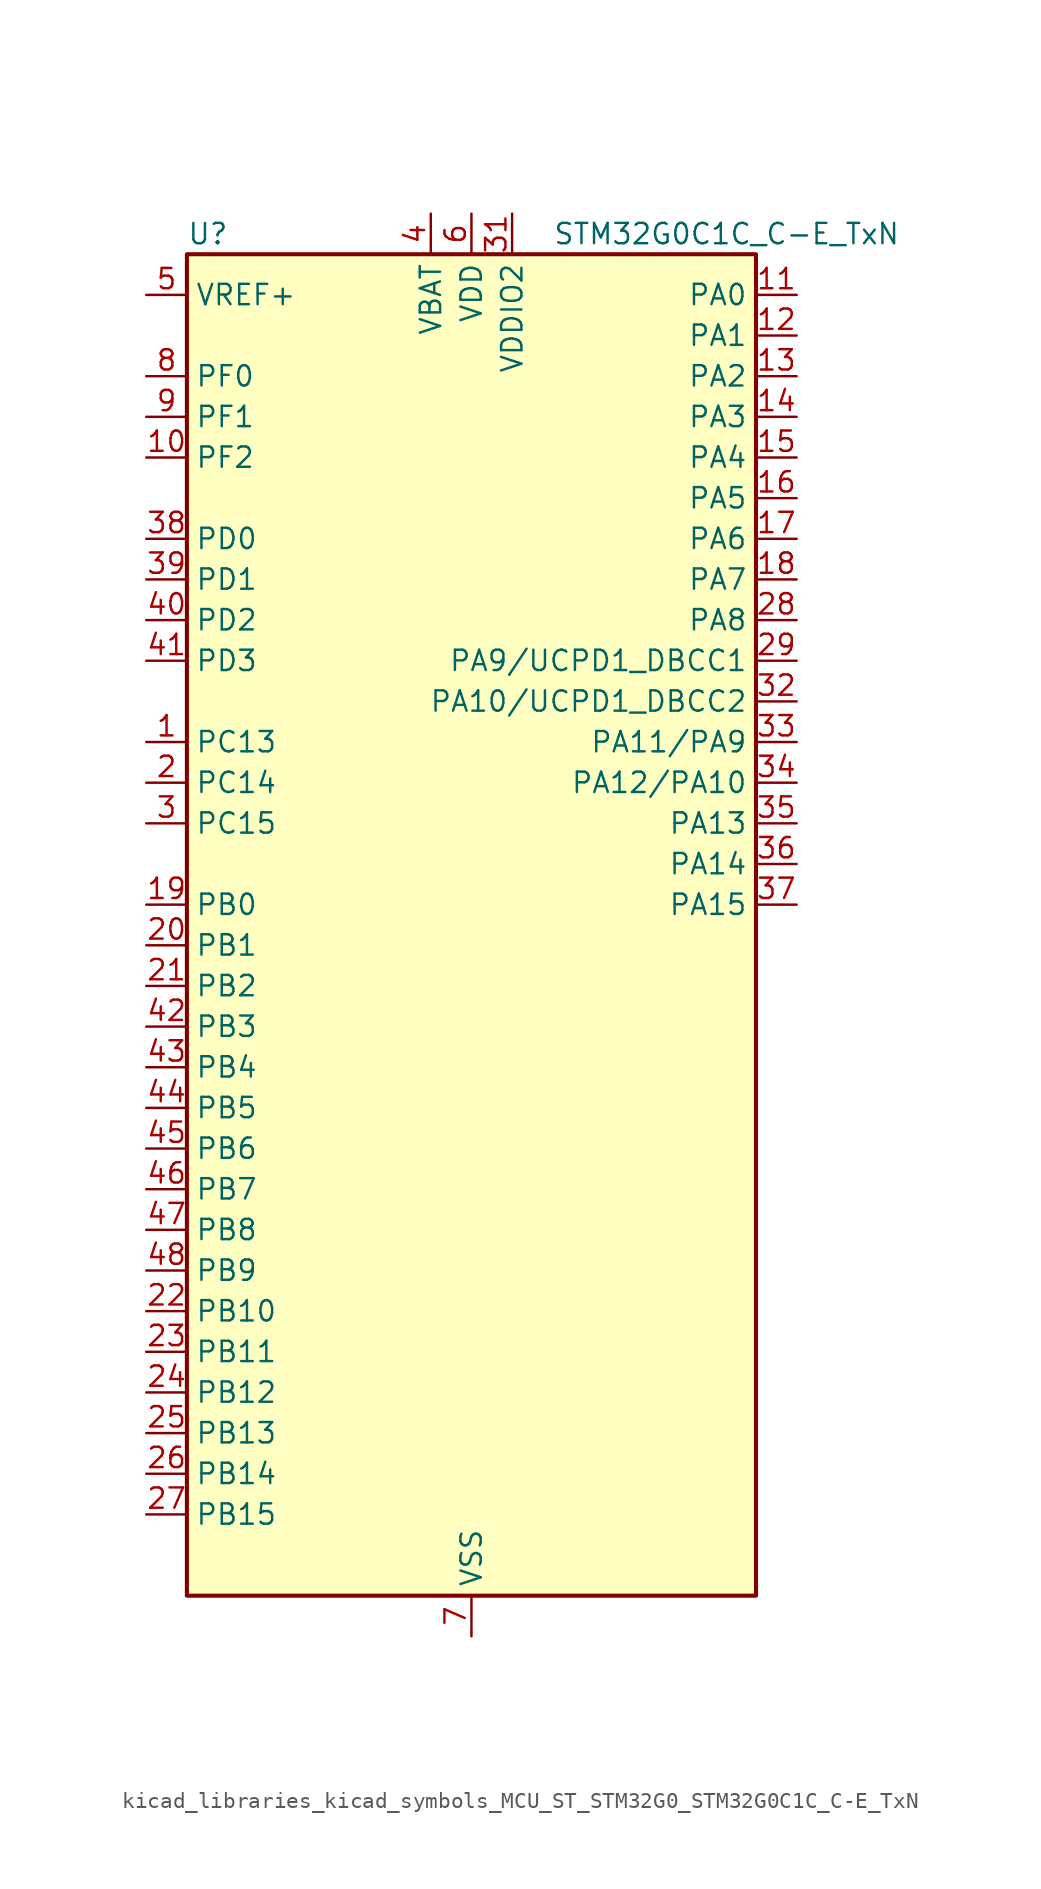
<source format=kicad_sym>
(kicad_symbol_lib
  (version 20220914)
  (generator kicad_symbol_editor)
  (symbol "kicad_libraries_kicad_symbols_MCU_ST_STM32G0_STM32G0C1C_C-E_TxN"
    (property "Reference" "U"
      (at -17.78 44.45 0)
      (effects (font (size 1.27 1.27)) (justify left)))
    (property "Value" "STM32G0C1C_C-E_TxN"
      (at 5.08 44.45 0)
      (effects (font (size 1.27 1.27)) (justify left)))
    (property "ki_locked" ""
      (at 0 0 0)
      (effects (font (size 1.27 1.27))))
    (symbol "kicad_libraries_kicad_symbols_MCU_ST_STM32G0_STM32G0C1C_C-E_TxN_0_1"
      (rectangle (start -17.78 -40.64) (end 17.78 43.18) (stroke (width 0.254) (type default)) (fill (type background))))
    (symbol "kicad_libraries_kicad_symbols_MCU_ST_STM32G0_STM32G0C1C_C-E_TxN_1_1"
      (pin bidirectional line (at -20.32 12.7 0) (length 2.54) (name "PC13" (effects (font (size 1.27 1.27)))) (number "1" (effects (font (size 1.27 1.27)))) (alternate "RTC_OUT1" bidirectional line) (alternate "RTC_TAMP_IN1" bidirectional line) (alternate "RTC_TS" bidirectional line) (alternate "SYS_WKUP2" bidirectional line) (alternate "TIM1_BK" bidirectional line))
      (pin bidirectional line (at -20.32 30.48 0) (length 2.54) (name "PF2" (effects (font (size 1.27 1.27)))) (number "10" (effects (font (size 1.27 1.27)))) (alternate "LPUART2_DE" bidirectional line) (alternate "LPUART2_RTS" bidirectional line) (alternate "LPUART2_TX" bidirectional line) (alternate "RCC_MCO" bidirectional line))
      (pin bidirectional line (at 20.32 40.64 180) (length 2.54) (name "PA0" (effects (font (size 1.27 1.27)))) (number "11" (effects (font (size 1.27 1.27)))) (alternate "ADC1_IN0" bidirectional line) (alternate "COMP1_INM" bidirectional line) (alternate "COMP1_OUT" bidirectional line) (alternate "I2S2_CK" bidirectional line) (alternate "LPTIM1_OUT" bidirectional line) (alternate "RTC_TAMP_IN2" bidirectional line) (alternate "SPI2_SCK" bidirectional line) (alternate "SYS_WKUP1" bidirectional line) (alternate "TIM2_CH1" bidirectional line) (alternate "TIM2_ETR" bidirectional line) (alternate "UCPD2_FRSTX1" bidirectional line) (alternate "UCPD2_FRSTX2" bidirectional line) (alternate "USART2_CTS" bidirectional line) (alternate "USART2_NSS" bidirectional line) (alternate "USART4_TX" bidirectional line))
      (pin bidirectional line (at 20.32 38.1 180) (length 2.54) (name "PA1" (effects (font (size 1.27 1.27)))) (number "12" (effects (font (size 1.27 1.27)))) (alternate "ADC1_IN1" bidirectional line) (alternate "COMP1_INP" bidirectional line) (alternate "I2C1_SMBA" bidirectional line) (alternate "I2S1_CK" bidirectional line) (alternate "SPI1_SCK" bidirectional line) (alternate "TIM15_CH1N" bidirectional line) (alternate "TIM2_CH2" bidirectional line) (alternate "USART2_CK" bidirectional line) (alternate "USART2_DE" bidirectional line) (alternate "USART2_RTS" bidirectional line) (alternate "USART4_RX" bidirectional line))
      (pin bidirectional line (at 20.32 35.56 180) (length 2.54) (name "PA2" (effects (font (size 1.27 1.27)))) (number "13" (effects (font (size 1.27 1.27)))) (alternate "ADC1_IN2" bidirectional line) (alternate "COMP2_INM" bidirectional line) (alternate "COMP2_OUT" bidirectional line) (alternate "I2S1_SD" bidirectional line) (alternate "LPUART1_TX" bidirectional line) (alternate "RCC_LSCO" bidirectional line) (alternate "SPI1_MOSI" bidirectional line) (alternate "SYS_WKUP4" bidirectional line) (alternate "TIM15_CH1" bidirectional line) (alternate "TIM2_CH3" bidirectional line) (alternate "UCPD1_FRSTX1" bidirectional line) (alternate "UCPD1_FRSTX2" bidirectional line) (alternate "USART2_TX" bidirectional line))
      (pin bidirectional line (at 20.32 33.02 180) (length 2.54) (name "PA3" (effects (font (size 1.27 1.27)))) (number "14" (effects (font (size 1.27 1.27)))) (alternate "ADC1_IN3" bidirectional line) (alternate "COMP2_INP" bidirectional line) (alternate "I2S2_MCK" bidirectional line) (alternate "LPUART1_RX" bidirectional line) (alternate "SPI2_MISO" bidirectional line) (alternate "TIM15_CH2" bidirectional line) (alternate "TIM2_CH4" bidirectional line) (alternate "UCPD2_FRSTX1" bidirectional line) (alternate "UCPD2_FRSTX2" bidirectional line) (alternate "USART2_RX" bidirectional line))
      (pin bidirectional line (at 20.32 30.48 180) (length 2.54) (name "PA4" (effects (font (size 1.27 1.27)))) (number "15" (effects (font (size 1.27 1.27)))) (alternate "ADC1_IN4" bidirectional line) (alternate "DAC1_OUT1" bidirectional line) (alternate "I2S1_WS" bidirectional line) (alternate "I2S2_SD" bidirectional line) (alternate "LPTIM2_OUT" bidirectional line) (alternate "RTC_OUT2" bidirectional line) (alternate "SPI1_NSS" bidirectional line) (alternate "SPI2_MOSI" bidirectional line) (alternate "SPI3_NSS" bidirectional line) (alternate "TIM14_CH1" bidirectional line) (alternate "UCPD2_FRSTX1" bidirectional line) (alternate "UCPD2_FRSTX2" bidirectional line) (alternate "USART6_TX" bidirectional line) (alternate "USB_NOE" bidirectional line))
      (pin bidirectional line (at 20.32 27.94 180) (length 2.54) (name "PA5" (effects (font (size 1.27 1.27)))) (number "16" (effects (font (size 1.27 1.27)))) (alternate "ADC1_IN5" bidirectional line) (alternate "CEC" bidirectional line) (alternate "DAC1_OUT2" bidirectional line) (alternate "I2S1_CK" bidirectional line) (alternate "LPTIM2_ETR" bidirectional line) (alternate "SPI1_SCK" bidirectional line) (alternate "TIM2_CH1" bidirectional line) (alternate "TIM2_ETR" bidirectional line) (alternate "UCPD1_FRSTX1" bidirectional line) (alternate "UCPD1_FRSTX2" bidirectional line) (alternate "USART3_TX" bidirectional line) (alternate "USART6_RX" bidirectional line))
      (pin bidirectional line (at 20.32 25.4 180) (length 2.54) (name "PA6" (effects (font (size 1.27 1.27)))) (number "17" (effects (font (size 1.27 1.27)))) (alternate "ADC1_IN6" bidirectional line) (alternate "COMP1_OUT" bidirectional line) (alternate "I2C2_SDA" bidirectional line) (alternate "I2C3_SDA" bidirectional line) (alternate "I2S1_MCK" bidirectional line) (alternate "LPUART1_CTS" bidirectional line) (alternate "SPI1_MISO" bidirectional line) (alternate "TIM16_CH1" bidirectional line) (alternate "TIM1_BK" bidirectional line) (alternate "TIM3_CH1" bidirectional line) (alternate "USART3_CTS" bidirectional line) (alternate "USART3_NSS" bidirectional line) (alternate "USART6_CTS" bidirectional line) (alternate "USART6_NSS" bidirectional line))
      (pin bidirectional line (at 20.32 22.86 180) (length 2.54) (name "PA7" (effects (font (size 1.27 1.27)))) (number "18" (effects (font (size 1.27 1.27)))) (alternate "ADC1_IN7" bidirectional line) (alternate "COMP2_OUT" bidirectional line) (alternate "I2C2_SCL" bidirectional line) (alternate "I2C3_SCL" bidirectional line) (alternate "I2S1_SD" bidirectional line) (alternate "SPI1_MOSI" bidirectional line) (alternate "TIM14_CH1" bidirectional line) (alternate "TIM17_CH1" bidirectional line) (alternate "TIM1_CH1N" bidirectional line) (alternate "TIM3_CH2" bidirectional line) (alternate "UCPD1_FRSTX1" bidirectional line) (alternate "UCPD1_FRSTX2" bidirectional line) (alternate "USART6_CK" bidirectional line) (alternate "USART6_DE" bidirectional line) (alternate "USART6_RTS" bidirectional line))
      (pin bidirectional line (at -20.32 2.54 0) (length 2.54) (name "PB0" (effects (font (size 1.27 1.27)))) (number "19" (effects (font (size 1.27 1.27)))) (alternate "ADC1_IN8" bidirectional line) (alternate "COMP1_OUT" bidirectional line) (alternate "COMP3_INP" bidirectional line) (alternate "FDCAN2_RX" bidirectional line) (alternate "I2S1_WS" bidirectional line) (alternate "LPTIM1_OUT" bidirectional line) (alternate "LPUART2_CTS" bidirectional line) (alternate "SPI1_NSS" bidirectional line) (alternate "TIM1_CH2N" bidirectional line) (alternate "TIM3_CH3" bidirectional line) (alternate "UCPD1_FRSTX1" bidirectional line) (alternate "UCPD1_FRSTX2" bidirectional line) (alternate "USART3_RX" bidirectional line) (alternate "USART5_TX" bidirectional line))
      (pin bidirectional line (at -20.32 10.16 0) (length 2.54) (name "PC14" (effects (font (size 1.27 1.27)))) (number "2" (effects (font (size 1.27 1.27)))) (alternate "RCC_OSC32_IN" bidirectional line) (alternate "TIM1_BK2" bidirectional line))
      (pin bidirectional line (at -20.32 0 0) (length 2.54) (name "PB1" (effects (font (size 1.27 1.27)))) (number "20" (effects (font (size 1.27 1.27)))) (alternate "ADC1_IN9" bidirectional line) (alternate "COMP1_INM" bidirectional line) (alternate "COMP3_OUT" bidirectional line) (alternate "FDCAN2_TX" bidirectional line) (alternate "LPTIM2_IN1" bidirectional line) (alternate "LPUART1_DE" bidirectional line) (alternate "LPUART1_RTS" bidirectional line) (alternate "LPUART2_DE" bidirectional line) (alternate "LPUART2_RTS" bidirectional line) (alternate "TIM14_CH1" bidirectional line) (alternate "TIM1_CH3N" bidirectional line) (alternate "TIM3_CH4" bidirectional line) (alternate "USART3_CK" bidirectional line) (alternate "USART3_DE" bidirectional line) (alternate "USART3_RTS" bidirectional line) (alternate "USART5_RX" bidirectional line))
      (pin bidirectional line (at -20.32 -2.54 0) (length 2.54) (name "PB2" (effects (font (size 1.27 1.27)))) (number "21" (effects (font (size 1.27 1.27)))) (alternate "ADC1_IN10" bidirectional line) (alternate "COMP1_INP" bidirectional line) (alternate "COMP3_INM" bidirectional line) (alternate "I2S2_MCK" bidirectional line) (alternate "LPTIM1_OUT" bidirectional line) (alternate "RCC_MCO_2" bidirectional line) (alternate "SPI2_MISO" bidirectional line) (alternate "USART3_TX" bidirectional line))
      (pin bidirectional line (at -20.32 -22.86 0) (length 2.54) (name "PB10" (effects (font (size 1.27 1.27)))) (number "22" (effects (font (size 1.27 1.27)))) (alternate "ADC1_IN11" bidirectional line) (alternate "CEC" bidirectional line) (alternate "COMP1_OUT" bidirectional line) (alternate "I2C2_SCL" bidirectional line) (alternate "I2S2_CK" bidirectional line) (alternate "LPUART1_RX" bidirectional line) (alternate "SPI2_SCK" bidirectional line) (alternate "TIM2_CH3" bidirectional line) (alternate "USART3_TX" bidirectional line))
      (pin bidirectional line (at -20.32 -25.4 0) (length 2.54) (name "PB11" (effects (font (size 1.27 1.27)))) (number "23" (effects (font (size 1.27 1.27)))) (alternate "ADC1_EXTI11" bidirectional line) (alternate "ADC1_IN15" bidirectional line) (alternate "COMP2_OUT" bidirectional line) (alternate "I2C2_SDA" bidirectional line) (alternate "I2S2_SD" bidirectional line) (alternate "LPUART1_TX" bidirectional line) (alternate "SPI2_MOSI" bidirectional line) (alternate "TIM2_CH4" bidirectional line) (alternate "USART3_RX" bidirectional line))
      (pin bidirectional line (at -20.32 -27.94 0) (length 2.54) (name "PB12" (effects (font (size 1.27 1.27)))) (number "24" (effects (font (size 1.27 1.27)))) (alternate "ADC1_IN16" bidirectional line) (alternate "FDCAN2_RX" bidirectional line) (alternate "I2C2_SMBA" bidirectional line) (alternate "I2S2_WS" bidirectional line) (alternate "LPUART1_DE" bidirectional line) (alternate "LPUART1_RTS" bidirectional line) (alternate "SPI2_NSS" bidirectional line) (alternate "TIM15_BK" bidirectional line) (alternate "TIM1_BK" bidirectional line) (alternate "UCPD2_FRSTX1" bidirectional line) (alternate "UCPD2_FRSTX2" bidirectional line))
      (pin bidirectional line (at -20.32 -30.48 0) (length 2.54) (name "PB13" (effects (font (size 1.27 1.27)))) (number "25" (effects (font (size 1.27 1.27)))) (alternate "FDCAN2_TX" bidirectional line) (alternate "I2C2_SCL" bidirectional line) (alternate "I2S2_CK" bidirectional line) (alternate "LPUART1_CTS" bidirectional line) (alternate "SPI2_SCK" bidirectional line) (alternate "TIM15_CH1N" bidirectional line) (alternate "TIM1_CH1N" bidirectional line) (alternate "USART3_CTS" bidirectional line) (alternate "USART3_NSS" bidirectional line))
      (pin bidirectional line (at -20.32 -33.02 0) (length 2.54) (name "PB14" (effects (font (size 1.27 1.27)))) (number "26" (effects (font (size 1.27 1.27)))) (alternate "I2C2_SDA" bidirectional line) (alternate "I2S2_MCK" bidirectional line) (alternate "SPI2_MISO" bidirectional line) (alternate "TIM15_CH1" bidirectional line) (alternate "TIM1_CH2N" bidirectional line) (alternate "UCPD1_FRSTX1" bidirectional line) (alternate "UCPD1_FRSTX2" bidirectional line) (alternate "USART3_CK" bidirectional line) (alternate "USART3_DE" bidirectional line) (alternate "USART3_RTS" bidirectional line) (alternate "USART6_CK" bidirectional line) (alternate "USART6_DE" bidirectional line) (alternate "USART6_RTS" bidirectional line))
      (pin bidirectional line (at -20.32 -35.56 0) (length 2.54) (name "PB15" (effects (font (size 1.27 1.27)))) (number "27" (effects (font (size 1.27 1.27)))) (alternate "I2S2_SD" bidirectional line) (alternate "RTC_REFIN" bidirectional line) (alternate "SPI2_MOSI" bidirectional line) (alternate "TIM15_CH1N" bidirectional line) (alternate "TIM15_CH2" bidirectional line) (alternate "TIM1_CH3N" bidirectional line) (alternate "UCPD1_CC2" bidirectional line) (alternate "USART6_CTS" bidirectional line) (alternate "USART6_NSS" bidirectional line))
      (pin bidirectional line (at 20.32 20.32 180) (length 2.54) (name "PA8" (effects (font (size 1.27 1.27)))) (number "28" (effects (font (size 1.27 1.27)))) (alternate "CRS1_SYNC" bidirectional line) (alternate "I2C2_SMBA" bidirectional line) (alternate "I2S2_WS" bidirectional line) (alternate "LPTIM2_OUT" bidirectional line) (alternate "RCC_MCO" bidirectional line) (alternate "SPI2_NSS" bidirectional line) (alternate "TIM1_CH1" bidirectional line) (alternate "UCPD1_CC1" bidirectional line))
      (pin bidirectional line (at 20.32 17.78 180) (length 2.54) (name "PA9/UCPD1_DBCC1" (effects (font (size 1.27 1.27)))) (number "29" (effects (font (size 1.27 1.27)))) (alternate "DAC1_EXTI9" bidirectional line) (alternate "I2C1_SCL" bidirectional line) (alternate "I2C2_SCL" bidirectional line) (alternate "I2S2_MCK" bidirectional line) (alternate "RCC_MCO" bidirectional line) (alternate "SPI2_MISO" bidirectional line) (alternate "TIM15_BK" bidirectional line) (alternate "TIM1_CH2" bidirectional line) (alternate "UCPD1_DBCC1" bidirectional line) (alternate "USART1_TX" bidirectional line))
      (pin bidirectional line (at -20.32 7.62 0) (length 2.54) (name "PC15" (effects (font (size 1.27 1.27)))) (number "3" (effects (font (size 1.27 1.27)))) (alternate "RCC_OSC32_EN" bidirectional line) (alternate "RCC_OSC32_OUT" bidirectional line) (alternate "RCC_OSC_EN" bidirectional line) (alternate "TIM15_BK" bidirectional line))
      (pin passive line (at 0 -43.18 90) (length 2.54) hide (name "VSS" (effects (font (size 1.27 1.27)))) (number "30" (effects (font (size 1.27 1.27)))))
      (pin power_in line (at 2.54 45.72 270) (length 2.54) (name "VDDIO2" (effects (font (size 1.27 1.27)))) (number "31" (effects (font (size 1.27 1.27)))))
      (pin bidirectional line (at 20.32 15.24 180) (length 2.54) (name "PA10/UCPD1_DBCC2" (effects (font (size 1.27 1.27)))) (number "32" (effects (font (size 1.27 1.27)))) (alternate "I2C1_SDA" bidirectional line) (alternate "I2C2_SDA" bidirectional line) (alternate "I2S2_SD" bidirectional line) (alternate "RCC_MCO_2" bidirectional line) (alternate "SPI2_MOSI" bidirectional line) (alternate "TIM17_BK" bidirectional line) (alternate "TIM1_CH3" bidirectional line) (alternate "UCPD1_DBCC2" bidirectional line) (alternate "USART1_RX" bidirectional line))
      (pin bidirectional line (at 20.32 12.7 180) (length 2.54) (name "PA11/PA9" (effects (font (size 1.27 1.27)))) (number "33" (effects (font (size 1.27 1.27)))) (alternate "ADC1_EXTI11" bidirectional line) (alternate "COMP1_OUT" bidirectional line) (alternate "FDCAN1_RX" bidirectional line) (alternate "I2C2_SCL" bidirectional line) (alternate "I2S1_MCK" bidirectional line) (alternate "SPI1_MISO" bidirectional line) (alternate "TIM1_BK2" bidirectional line) (alternate "TIM1_CH4" bidirectional line) (alternate "USART1_CTS" bidirectional line) (alternate "USART1_NSS" bidirectional line) (alternate "USB_DM" bidirectional line))
      (pin bidirectional line (at 20.32 10.16 180) (length 2.54) (name "PA12/PA10" (effects (font (size 1.27 1.27)))) (number "34" (effects (font (size 1.27 1.27)))) (alternate "COMP2_OUT" bidirectional line) (alternate "FDCAN1_TX" bidirectional line) (alternate "I2C2_SDA" bidirectional line) (alternate "I2S1_SD" bidirectional line) (alternate "I2S_CKIN" bidirectional line) (alternate "SPI1_MOSI" bidirectional line) (alternate "TIM1_ETR" bidirectional line) (alternate "USART1_CK" bidirectional line) (alternate "USART1_DE" bidirectional line) (alternate "USART1_RTS" bidirectional line) (alternate "USB_DP" bidirectional line))
      (pin bidirectional line (at 20.32 7.62 180) (length 2.54) (name "PA13" (effects (font (size 1.27 1.27)))) (number "35" (effects (font (size 1.27 1.27)))) (alternate "IR_OUT" bidirectional line) (alternate "LPUART2_RX" bidirectional line) (alternate "SYS_SWDIO" bidirectional line) (alternate "USB_NOE" bidirectional line))
      (pin bidirectional line (at 20.32 5.08 180) (length 2.54) (name "PA14" (effects (font (size 1.27 1.27)))) (number "36" (effects (font (size 1.27 1.27)))) (alternate "LPUART2_TX" bidirectional line) (alternate "SYS_SWCLK" bidirectional line) (alternate "USART2_TX" bidirectional line))
      (pin bidirectional line (at 20.32 2.54 180) (length 2.54) (name "PA15" (effects (font (size 1.27 1.27)))) (number "37" (effects (font (size 1.27 1.27)))) (alternate "I2C2_SMBA" bidirectional line) (alternate "I2S1_WS" bidirectional line) (alternate "RCC_MCO_2" bidirectional line) (alternate "SPI1_NSS" bidirectional line) (alternate "SPI3_NSS" bidirectional line) (alternate "TIM2_CH1" bidirectional line) (alternate "TIM2_ETR" bidirectional line) (alternate "USART2_RX" bidirectional line) (alternate "USART3_CK" bidirectional line) (alternate "USART3_DE" bidirectional line) (alternate "USART3_RTS" bidirectional line) (alternate "USART4_CK" bidirectional line) (alternate "USART4_DE" bidirectional line) (alternate "USART4_RTS" bidirectional line) (alternate "USB_NOE" bidirectional line))
      (pin bidirectional line (at -20.32 25.4 0) (length 2.54) (name "PD0" (effects (font (size 1.27 1.27)))) (number "38" (effects (font (size 1.27 1.27)))) (alternate "FDCAN1_RX" bidirectional line) (alternate "I2S2_WS" bidirectional line) (alternate "SPI2_NSS" bidirectional line) (alternate "TIM16_CH1" bidirectional line) (alternate "UCPD2_CC1" bidirectional line))
      (pin bidirectional line (at -20.32 22.86 0) (length 2.54) (name "PD1" (effects (font (size 1.27 1.27)))) (number "39" (effects (font (size 1.27 1.27)))) (alternate "FDCAN1_TX" bidirectional line) (alternate "I2S2_CK" bidirectional line) (alternate "SPI2_SCK" bidirectional line) (alternate "TIM17_CH1" bidirectional line) (alternate "UCPD2_DBCC1" bidirectional line))
      (pin power_in line (at -2.54 45.72 270) (length 2.54) (name "VBAT" (effects (font (size 1.27 1.27)))) (number "4" (effects (font (size 1.27 1.27)))))
      (pin bidirectional line (at -20.32 20.32 0) (length 2.54) (name "PD2" (effects (font (size 1.27 1.27)))) (number "40" (effects (font (size 1.27 1.27)))) (alternate "TIM1_CH1N" bidirectional line) (alternate "TIM3_ETR" bidirectional line) (alternate "UCPD2_CC2" bidirectional line) (alternate "USART3_CK" bidirectional line) (alternate "USART3_DE" bidirectional line) (alternate "USART3_RTS" bidirectional line) (alternate "USART5_RX" bidirectional line))
      (pin bidirectional line (at -20.32 17.78 0) (length 2.54) (name "PD3" (effects (font (size 1.27 1.27)))) (number "41" (effects (font (size 1.27 1.27)))) (alternate "I2S2_MCK" bidirectional line) (alternate "SPI2_MISO" bidirectional line) (alternate "TIM1_CH2N" bidirectional line) (alternate "UCPD2_DBCC2" bidirectional line) (alternate "USART2_CTS" bidirectional line) (alternate "USART2_NSS" bidirectional line) (alternate "USART5_TX" bidirectional line))
      (pin bidirectional line (at -20.32 -5.08 0) (length 2.54) (name "PB3" (effects (font (size 1.27 1.27)))) (number "42" (effects (font (size 1.27 1.27)))) (alternate "COMP2_INM" bidirectional line) (alternate "I2C2_SCL" bidirectional line) (alternate "I2C3_SCL" bidirectional line) (alternate "I2S1_CK" bidirectional line) (alternate "SPI1_SCK" bidirectional line) (alternate "SPI3_SCK" bidirectional line) (alternate "TIM1_CH2" bidirectional line) (alternate "TIM2_CH2" bidirectional line) (alternate "USART1_CK" bidirectional line) (alternate "USART1_DE" bidirectional line) (alternate "USART1_RTS" bidirectional line) (alternate "USART5_TX" bidirectional line))
      (pin bidirectional line (at -20.32 -7.62 0) (length 2.54) (name "PB4" (effects (font (size 1.27 1.27)))) (number "43" (effects (font (size 1.27 1.27)))) (alternate "COMP2_INP" bidirectional line) (alternate "I2C2_SDA" bidirectional line) (alternate "I2C3_SDA" bidirectional line) (alternate "I2S1_MCK" bidirectional line) (alternate "SPI1_MISO" bidirectional line) (alternate "SPI3_MISO" bidirectional line) (alternate "TIM17_BK" bidirectional line) (alternate "TIM3_CH1" bidirectional line) (alternate "USART1_CTS" bidirectional line) (alternate "USART1_NSS" bidirectional line) (alternate "USART5_RX" bidirectional line))
      (pin bidirectional line (at -20.32 -10.16 0) (length 2.54) (name "PB5" (effects (font (size 1.27 1.27)))) (number "44" (effects (font (size 1.27 1.27)))) (alternate "COMP2_OUT" bidirectional line) (alternate "FDCAN2_RX" bidirectional line) (alternate "I2C1_SMBA" bidirectional line) (alternate "I2S1_SD" bidirectional line) (alternate "LPTIM1_IN1" bidirectional line) (alternate "SPI1_MOSI" bidirectional line) (alternate "SPI3_MOSI" bidirectional line) (alternate "SYS_WKUP6" bidirectional line) (alternate "TIM16_BK" bidirectional line) (alternate "TIM3_CH2" bidirectional line) (alternate "USART5_CK" bidirectional line) (alternate "USART5_DE" bidirectional line) (alternate "USART5_RTS" bidirectional line))
      (pin bidirectional line (at -20.32 -12.7 0) (length 2.54) (name "PB6" (effects (font (size 1.27 1.27)))) (number "45" (effects (font (size 1.27 1.27)))) (alternate "COMP2_INP" bidirectional line) (alternate "FDCAN2_TX" bidirectional line) (alternate "I2C1_SCL" bidirectional line) (alternate "I2S2_MCK" bidirectional line) (alternate "LPTIM1_ETR" bidirectional line) (alternate "LPUART2_TX" bidirectional line) (alternate "SPI2_MISO" bidirectional line) (alternate "TIM16_CH1N" bidirectional line) (alternate "TIM1_CH3" bidirectional line) (alternate "TIM4_CH1" bidirectional line) (alternate "USART1_TX" bidirectional line) (alternate "USART5_CTS" bidirectional line) (alternate "USART5_NSS" bidirectional line))
      (pin bidirectional line (at -20.32 -15.24 0) (length 2.54) (name "PB7" (effects (font (size 1.27 1.27)))) (number "46" (effects (font (size 1.27 1.27)))) (alternate "COMP2_INM" bidirectional line) (alternate "I2C1_SDA" bidirectional line) (alternate "I2S2_SD" bidirectional line) (alternate "LPTIM1_IN2" bidirectional line) (alternate "LPUART2_RX" bidirectional line) (alternate "SPI2_MOSI" bidirectional line) (alternate "SYS_PVD_IN" bidirectional line) (alternate "TIM17_CH1N" bidirectional line) (alternate "TIM4_CH2" bidirectional line) (alternate "USART1_RX" bidirectional line) (alternate "USART4_CTS" bidirectional line) (alternate "USART4_NSS" bidirectional line))
      (pin bidirectional line (at -20.32 -17.78 0) (length 2.54) (name "PB8" (effects (font (size 1.27 1.27)))) (number "47" (effects (font (size 1.27 1.27)))) (alternate "CEC" bidirectional line) (alternate "FDCAN1_RX" bidirectional line) (alternate "I2C1_SCL" bidirectional line) (alternate "I2S2_CK" bidirectional line) (alternate "SPI2_SCK" bidirectional line) (alternate "TIM15_BK" bidirectional line) (alternate "TIM16_CH1" bidirectional line) (alternate "TIM4_CH3" bidirectional line) (alternate "USART3_TX" bidirectional line) (alternate "USART6_TX" bidirectional line))
      (pin bidirectional line (at -20.32 -20.32 0) (length 2.54) (name "PB9" (effects (font (size 1.27 1.27)))) (number "48" (effects (font (size 1.27 1.27)))) (alternate "DAC1_EXTI9" bidirectional line) (alternate "FDCAN1_TX" bidirectional line) (alternate "I2C1_SDA" bidirectional line) (alternate "I2S2_WS" bidirectional line) (alternate "IR_OUT" bidirectional line) (alternate "SPI2_NSS" bidirectional line) (alternate "TIM17_CH1" bidirectional line) (alternate "TIM4_CH4" bidirectional line) (alternate "UCPD2_FRSTX1" bidirectional line) (alternate "UCPD2_FRSTX2" bidirectional line) (alternate "USART3_RX" bidirectional line) (alternate "USART6_RX" bidirectional line))
      (pin input line (at -20.32 40.64 0) (length 2.54) (name "VREF+" (effects (font (size 1.27 1.27)))) (number "5" (effects (font (size 1.27 1.27)))) (alternate "VREFBUF_OUT" bidirectional line))
      (pin power_in line (at 0 45.72 270) (length 2.54) (name "VDD" (effects (font (size 1.27 1.27)))) (number "6" (effects (font (size 1.27 1.27)))))
      (pin power_in line (at 0 -43.18 90) (length 2.54) (name "VSS" (effects (font (size 1.27 1.27)))) (number "7" (effects (font (size 1.27 1.27)))))
      (pin bidirectional line (at -20.32 35.56 0) (length 2.54) (name "PF0" (effects (font (size 1.27 1.27)))) (number "8" (effects (font (size 1.27 1.27)))) (alternate "CRS1_SYNC" bidirectional line) (alternate "RCC_OSC_IN" bidirectional line) (alternate "TIM14_CH1" bidirectional line))
      (pin bidirectional line (at -20.32 33.02 0) (length 2.54) (name "PF1" (effects (font (size 1.27 1.27)))) (number "9" (effects (font (size 1.27 1.27)))) (alternate "RCC_OSC_EN" bidirectional line) (alternate "RCC_OSC_OUT" bidirectional line) (alternate "TIM15_CH1N" bidirectional line)))))
</source>
